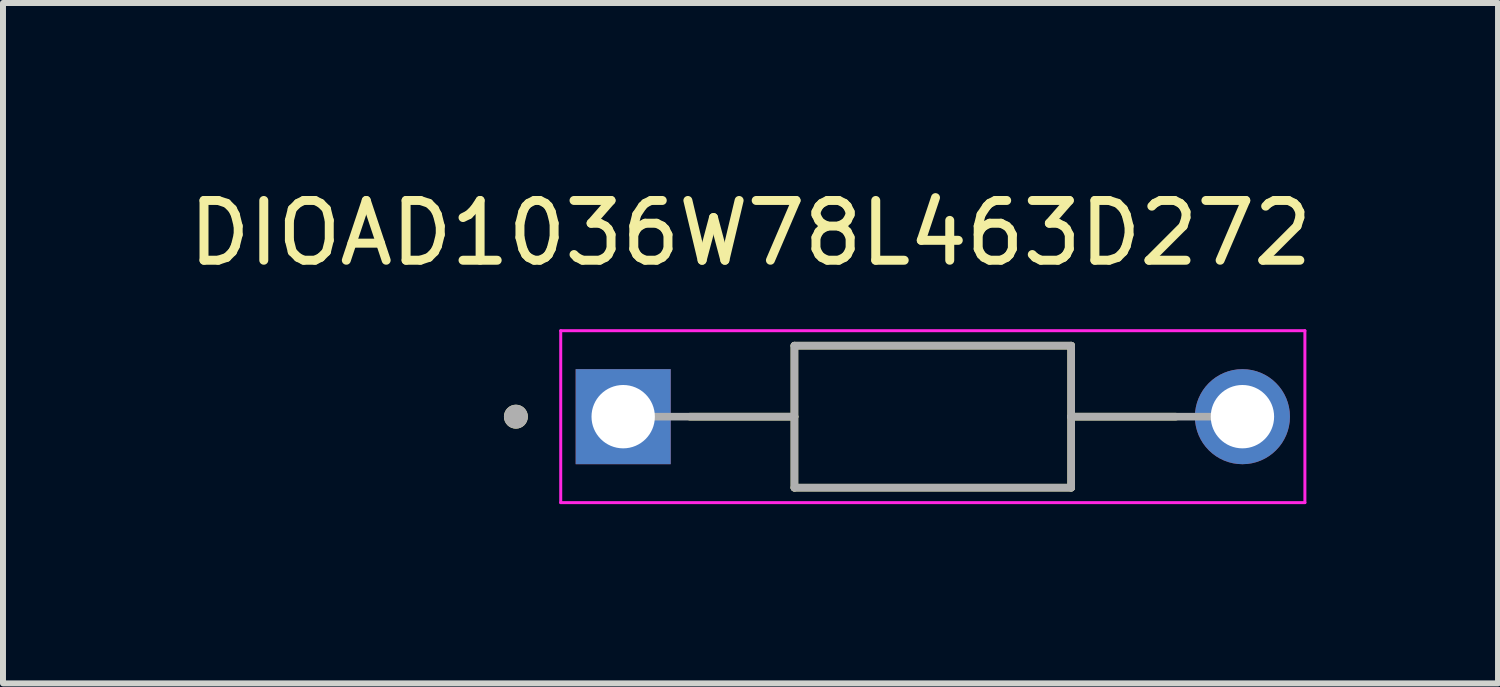
<source format=kicad_pcb>
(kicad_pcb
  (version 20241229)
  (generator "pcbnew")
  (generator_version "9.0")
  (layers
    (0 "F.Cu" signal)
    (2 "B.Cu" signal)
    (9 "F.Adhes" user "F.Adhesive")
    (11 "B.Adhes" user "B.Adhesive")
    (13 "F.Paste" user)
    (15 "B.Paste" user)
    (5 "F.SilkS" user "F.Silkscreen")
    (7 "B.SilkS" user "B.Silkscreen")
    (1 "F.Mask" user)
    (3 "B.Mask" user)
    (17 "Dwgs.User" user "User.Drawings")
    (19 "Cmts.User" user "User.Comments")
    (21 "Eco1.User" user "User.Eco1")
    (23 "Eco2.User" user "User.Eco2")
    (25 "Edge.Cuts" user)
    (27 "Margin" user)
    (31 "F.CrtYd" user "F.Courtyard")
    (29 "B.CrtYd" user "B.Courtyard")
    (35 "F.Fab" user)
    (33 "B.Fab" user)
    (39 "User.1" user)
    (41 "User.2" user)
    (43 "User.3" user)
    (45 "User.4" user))
  (footprint "DIOAD1036W78L463D272"
    (layer "F.Cu")
    (at 12.556 3.921)
    (property "Reference" "DIOAD1036W78L463D272" (at -3.05 -3.072 0) (layer "F.SilkS") (effects (font (size 1 1) (thickness 0.15))))
    (attr through_hole)
    (fp_line (start -4.065 0) (end -2.315 0) (stroke (width 0.127) (type solid)) (layer "F.SilkS"))
    (fp_line (start -2.315 -1.188) (end 2.315 -1.188) (stroke (width 0.127) (type solid)) (layer "F.SilkS"))
    (fp_line (start -2.315 0) (end -2.315 -1.188) (stroke (width 0.127) (type solid)) (layer "F.SilkS"))
    (fp_line (start -2.315 1.188) (end -2.315 0) (stroke (width 0.127) (type solid)) (layer "F.SilkS"))
    (fp_line (start 2.315 -1.188) (end 2.315 0) (stroke (width 0.127) (type solid)) (layer "F.SilkS"))
    (fp_line (start 2.315 0) (end 2.315 1.188) (stroke (width 0.127) (type solid)) (layer "F.SilkS"))
    (fp_line (start 2.315 0) (end 4.065 0) (stroke (width 0.127) (type solid)) (layer "F.SilkS"))
    (fp_line (start 2.315 1.188) (end -2.315 1.188) (stroke (width 0.127) (type solid)) (layer "F.SilkS"))
    (fp_circle (center -6.975 0) (end -6.875 0) (stroke (width 0.2) (type solid)) (fill no) (layer "F.SilkS"))
    (fp_line (start -6.225 -1.438) (end -6.225 1.438) (stroke (width 0.05) (type solid)) (layer "F.CrtYd"))
    (fp_line (start -6.225 1.438) (end 6.225 1.438) (stroke (width 0.05) (type solid)) (layer "F.CrtYd"))
    (fp_line (start 6.225 -1.438) (end -6.225 -1.438) (stroke (width 0.05) (type solid)) (layer "F.CrtYd"))
    (fp_line (start 6.225 1.438) (end 6.225 -1.438) (stroke (width 0.05) (type solid)) (layer "F.CrtYd"))
    (fp_line (start -5.18 0) (end -2.315 0) (stroke (width 0.127) (type solid)) (layer "F.Fab"))
    (fp_line (start -2.315 -1.188) (end 2.315 -1.188) (stroke (width 0.127) (type solid)) (layer "F.Fab"))
    (fp_line (start -2.315 0) (end -2.315 -1.188) (stroke (width 0.127) (type solid)) (layer "F.Fab"))
    (fp_line (start -2.315 1.188) (end -2.315 0) (stroke (width 0.127) (type solid)) (layer "F.Fab"))
    (fp_line (start 2.315 -1.188) (end 2.315 0) (stroke (width 0.127) (type solid)) (layer "F.Fab"))
    (fp_line (start 2.315 0) (end 2.315 1.188) (stroke (width 0.127) (type solid)) (layer "F.Fab"))
    (fp_line (start 2.315 0) (end 5.18 0) (stroke (width 0.127) (type solid)) (layer "F.Fab"))
    (fp_line (start 2.315 1.188) (end -2.315 1.188) (stroke (width 0.127) (type solid)) (layer "F.Fab"))
    (fp_circle (center -6.975 0) (end -6.875 0) (stroke (width 0.2) (type solid)) (fill no) (layer "F.Fab"))
    (pad "1" thru_hole rect (at -5.18 0) (size 1.59 1.59) (drill 1.06) (layers "*.Cu" "*.Mask"))
    (pad "2" thru_hole circle (at 5.18 0) (size 1.59 1.59) (drill 1.06) (layers "*.Cu" "*.Mask")))
  (gr_rect
    (start -3 -3)
    (end 22.012 8.383)
    (stroke (width 0.1) (type default))
    (fill no)
    (layer "Edge.Cuts")))
</source>
